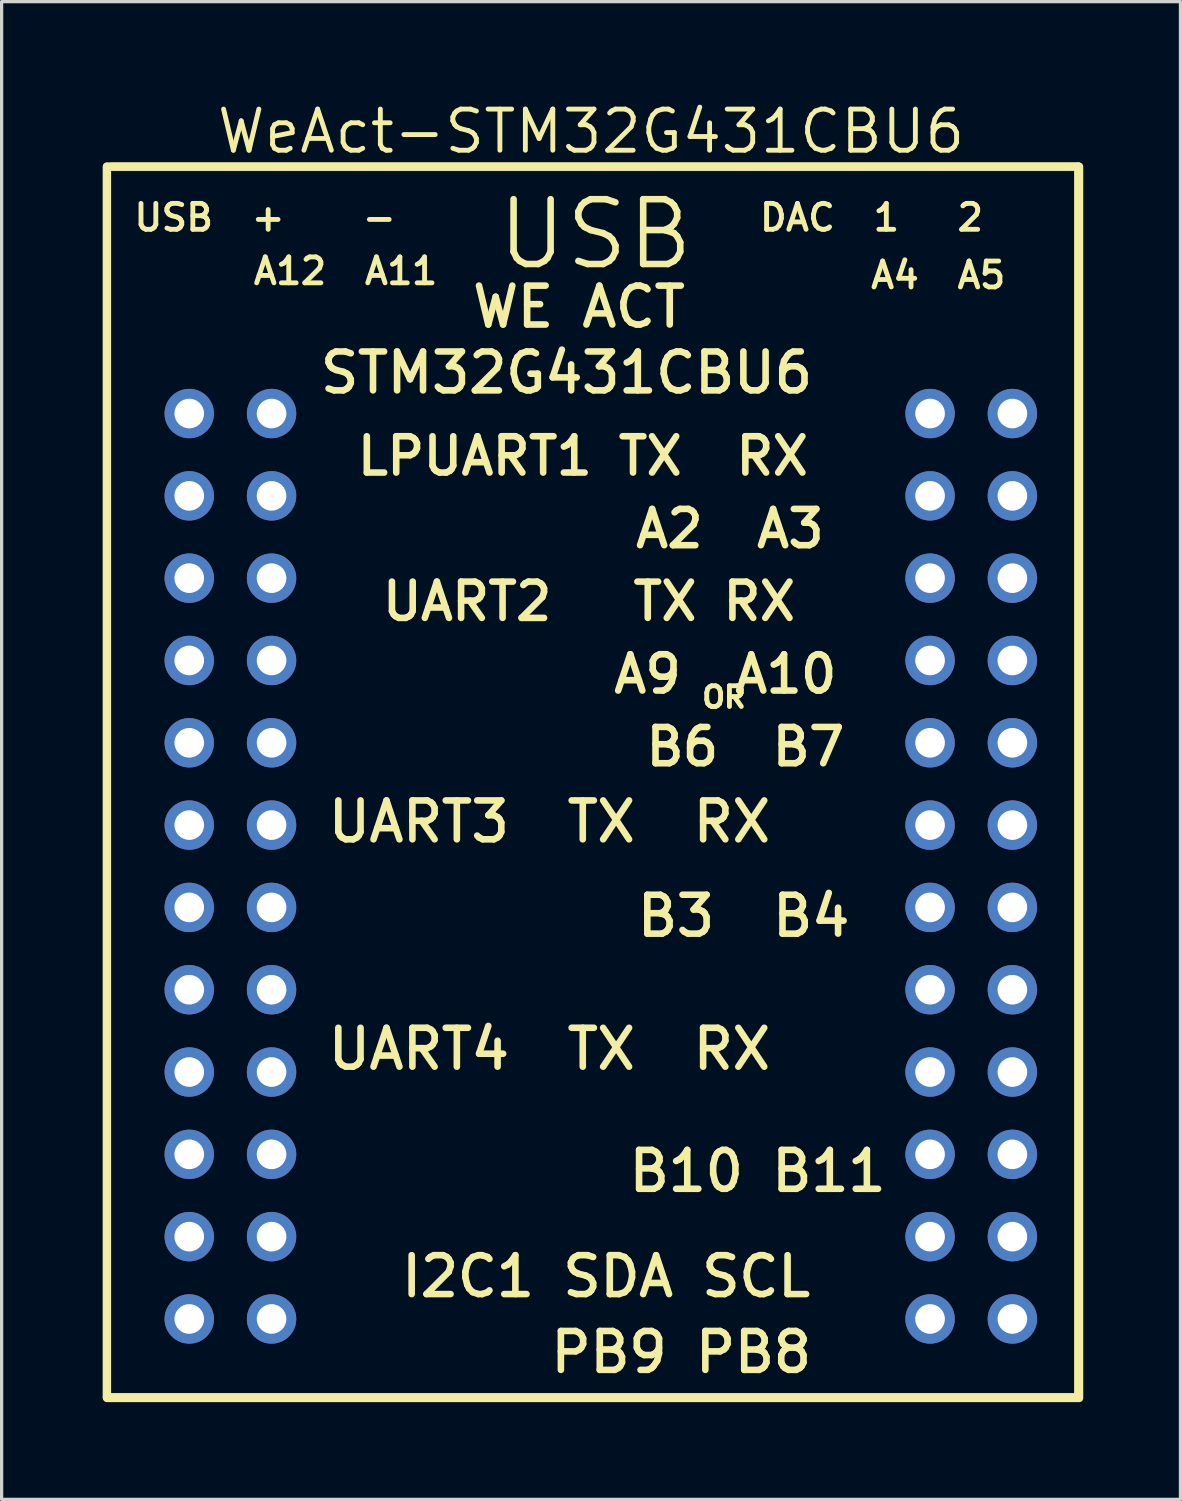
<source format=kicad_pcb>
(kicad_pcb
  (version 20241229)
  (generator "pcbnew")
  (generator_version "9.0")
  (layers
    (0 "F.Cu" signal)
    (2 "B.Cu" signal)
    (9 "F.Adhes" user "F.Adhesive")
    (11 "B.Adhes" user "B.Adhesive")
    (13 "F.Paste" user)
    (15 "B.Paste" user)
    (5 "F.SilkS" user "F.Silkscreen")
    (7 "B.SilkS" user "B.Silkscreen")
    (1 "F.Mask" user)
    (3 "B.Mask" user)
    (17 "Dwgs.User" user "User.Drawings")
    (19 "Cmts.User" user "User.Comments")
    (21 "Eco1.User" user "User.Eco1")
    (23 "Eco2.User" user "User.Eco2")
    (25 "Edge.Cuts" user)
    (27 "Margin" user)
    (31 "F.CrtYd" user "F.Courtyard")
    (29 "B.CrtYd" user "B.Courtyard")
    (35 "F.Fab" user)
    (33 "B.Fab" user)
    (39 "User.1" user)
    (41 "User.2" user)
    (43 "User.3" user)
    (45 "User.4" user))
  (footprint "WeAct-STM32G431CBU6"
    (layer "F.Cu")
    (at 0.25 2.091)
    (property "Reference" "WeAct-STM32G431CBU6" (at 14.938 -1.085 0) (layer "F.SilkS") (effects (font (size 1.27 1.27) (thickness 0.15))))
    (fp_line (start 0 37.973) (end 0 0) (stroke (width 0.254) (type default)) (layer "F.SilkS"))
    (fp_line (start 0.127 0) (end 29.972 0) (stroke (width 0.254) (type default)) (layer "F.SilkS"))
    (fp_line (start 29.972 0) (end 29.972 37.973) (stroke (width 0.254) (type default)) (layer "F.SilkS"))
    (fp_line (start 29.972 37.973) (end 0 37.973) (stroke (width 0.254) (type default)) (layer "F.SilkS"))
    (fp_rect (start 0 0) (end 30 38) (stroke (width 0.254) (type default)) (fill no) (layer "F.SilkS"))
    (fp_text user "A2  A3" (at 16.21 10.52 0) (unlocked yes) (layer "F.SilkS") (effects (font (size 1.12 1.12) (thickness 0.203)) (justify left top)))
    (fp_text user "LPUART1 TX  RX" (at 7.62 8.278 0) (unlocked yes) (layer "F.SilkS") (effects (font (size 1.12 1.12) (thickness 0.203)) (justify left top)))
    (fp_text user "UART3  TX  RX" (at 6.721 19.512 0) (unlocked yes) (layer "F.SilkS") (effects (font (size 1.2 1.2) (thickness 0.203)) (justify left top)))
    (fp_text user "UART4  TX  RX" (at 6.721 26.528 0) (unlocked yes) (layer "F.SilkS") (effects (font (size 1.2 1.2) (thickness 0.203)) (justify left top)))
    (fp_text user "B6  B7" (at 16.528 17.248 0) (unlocked yes) (layer "F.SilkS") (effects (font (size 1.12 1.12) (thickness 0.203)) (justify left top)))
    (fp_text user "USB" (at 11.938 0.921 0) (unlocked yes) (layer "F.SilkS") (effects (font (size 2 2) (thickness 0.203)) (justify left top)))
    (fp_text user "USB  +    -" (at 0.762 1.105 0) (unlocked yes) (layer "F.SilkS") (effects (font (size 0.8 0.8) (thickness 0.15)) (justify left top)))
    (fp_text user "A9  A10" (at 15.535 15.005 0) (unlocked yes) (layer "F.SilkS") (effects (font (size 1.12 1.12) (thickness 0.203)) (justify left top)))
    (fp_text user "A12  A11" (at 4.445 2.756 0) (unlocked yes) (layer "F.SilkS") (effects (font (size 0.8 0.8) (thickness 0.15)) (justify left top)))
    (fp_text user "UART2   TX RX" (at 8.395 12.763 0) (unlocked yes) (layer "F.SilkS") (effects (font (size 1.12 1.12) (thickness 0.203)) (justify left top)))
    (fp_text user "WE ACT" (at 11.176 3.626 0) (unlocked yes) (layer "F.SilkS") (effects (font (size 1.2 1.2) (thickness 0.203)) (justify left top)))
    (fp_text user "PB9 PB8" (at 13.589 35.884 0) (unlocked yes) (layer "F.SilkS") (effects (font (size 1.2 1.2) (thickness 0.203)) (justify left top)))
    (fp_text user "DAC  1   2" (at 20.066 1.105 0) (unlocked yes) (layer "F.SilkS") (effects (font (size 0.8 0.8) (thickness 0.15)) (justify left top)))
    (fp_text user "B3  B4" (at 16.256 22.422 0) (unlocked yes) (layer "F.SilkS") (effects (font (size 1.2 1.2) (thickness 0.203)) (justify left top)))
    (fp_text user "STM32G431CBU6" (at 6.477 5.658 0) (unlocked yes) (layer "F.SilkS") (effects (font (size 1.2 1.2) (thickness 0.203)) (justify left top)))
    (fp_text user "I2C1 SDA SCL" (at 8.984 33.545 0) (unlocked yes) (layer "F.SilkS") (effects (font (size 1.2 1.2) (thickness 0.203)) (justify left top)))
    (fp_text user "B10 B11" (at 16.002 30.296 0) (unlocked yes) (layer "F.SilkS") (effects (font (size 1.2 1.2) (thickness 0.203)) (justify left top)))
    (fp_text user "OR" (at 18.288 15.997 0) (unlocked yes) (layer "F.SilkS") (effects (font (size 0.64 0.64) (thickness 0.15)) (justify left top)))
    (fp_text user "A4  A5" (at 23.495 2.883 0) (unlocked yes) (layer "F.SilkS") (effects (font (size 0.8 0.8) (thickness 0.15)) (justify left top)))
    (pad "1" thru_hole oval (at 2.54 7.62) (size 1.524 1.524) (drill 0.914) (layers "*.Cu" "*.Mask"))
    (pad "2" thru_hole oval (at 2.54 10.16) (size 1.524 1.524) (drill 0.914) (layers "*.Cu" "*.Mask"))
    (pad "3" thru_hole oval (at 2.54 12.7) (size 1.524 1.524) (drill 0.914) (layers "*.Cu" "*.Mask"))
    (pad "4" thru_hole oval (at 2.54 15.24) (size 1.524 1.524) (drill 0.914) (layers "*.Cu" "*.Mask"))
    (pad "5" thru_hole oval (at 2.54 17.78) (size 1.524 1.524) (drill 0.914) (layers "*.Cu" "*.Mask"))
    (pad "6" thru_hole oval (at 2.54 20.32) (size 1.524 1.524) (drill 0.914) (layers "*.Cu" "*.Mask"))
    (pad "7" thru_hole oval (at 2.54 22.86) (size 1.524 1.524) (drill 0.914) (layers "*.Cu" "*.Mask"))
    (pad "8" thru_hole oval (at 2.54 25.4) (size 1.524 1.524) (drill 0.914) (layers "*.Cu" "*.Mask"))
    (pad "9" thru_hole oval (at 2.54 27.94) (size 1.524 1.524) (drill 0.914) (layers "*.Cu" "*.Mask"))
    (pad "10" thru_hole oval (at 2.54 30.48) (size 1.524 1.524) (drill 0.914) (layers "*.Cu" "*.Mask"))
    (pad "11" thru_hole oval (at 2.54 33.02) (size 1.524 1.524) (drill 0.914) (layers "*.Cu" "*.Mask"))
    (pad "12" thru_hole oval (at 2.54 35.56) (size 1.524 1.524) (drill 0.914) (layers "*.Cu" "*.Mask"))
    (pad "13" thru_hole oval (at 5.08 7.62) (size 1.524 1.524) (drill 0.914) (layers "*.Cu" "*.Mask"))
    (pad "14" thru_hole oval (at 5.08 10.16) (size 1.524 1.524) (drill 0.914) (layers "*.Cu" "*.Mask"))
    (pad "15" thru_hole oval (at 5.08 12.7) (size 1.524 1.524) (drill 0.914) (layers "*.Cu" "*.Mask"))
    (pad "16" thru_hole oval (at 5.08 15.24) (size 1.524 1.524) (drill 0.914) (layers "*.Cu" "*.Mask"))
    (pad "17" thru_hole oval (at 5.08 17.78) (size 1.524 1.524) (drill 0.914) (layers "*.Cu" "*.Mask"))
    (pad "18" thru_hole oval (at 5.08 20.32) (size 1.524 1.524) (drill 0.914) (layers "*.Cu" "*.Mask"))
    (pad "19" thru_hole oval (at 5.08 22.86) (size 1.524 1.524) (drill 0.914) (layers "*.Cu" "*.Mask"))
    (pad "20" thru_hole oval (at 5.08 25.4) (size 1.524 1.524) (drill 0.914) (layers "*.Cu" "*.Mask"))
    (pad "21" thru_hole oval (at 5.08 27.94) (size 1.524 1.524) (drill 0.914) (layers "*.Cu" "*.Mask"))
    (pad "22" thru_hole oval (at 5.08 30.48) (size 1.524 1.524) (drill 0.914) (layers "*.Cu" "*.Mask"))
    (pad "23" thru_hole oval (at 5.08 33.02) (size 1.524 1.524) (drill 0.914) (layers "*.Cu" "*.Mask"))
    (pad "24" thru_hole oval (at 5.08 35.56) (size 1.524 1.524) (drill 0.914) (layers "*.Cu" "*.Mask"))
    (pad "25" thru_hole oval (at 25.4 7.62) (size 1.524 1.524) (drill 0.914) (layers "*.Cu" "*.Mask"))
    (pad "26" thru_hole oval (at 25.4 10.16) (size 1.524 1.524) (drill 0.914) (layers "*.Cu" "*.Mask"))
    (pad "27" thru_hole oval (at 25.4 12.7) (size 1.524 1.524) (drill 0.914) (layers "*.Cu" "*.Mask"))
    (pad "28" thru_hole oval (at 25.4 15.24) (size 1.524 1.524) (drill 0.914) (layers "*.Cu" "*.Mask"))
    (pad "29" thru_hole oval (at 25.4 17.78) (size 1.524 1.524) (drill 0.914) (layers "*.Cu" "*.Mask"))
    (pad "30" thru_hole oval (at 25.4 20.32) (size 1.524 1.524) (drill 0.914) (layers "*.Cu" "*.Mask"))
    (pad "31" thru_hole oval (at 25.4 22.86) (size 1.524 1.524) (drill 0.914) (layers "*.Cu" "*.Mask"))
    (pad "32" thru_hole oval (at 25.4 25.4) (size 1.524 1.524) (drill 0.914) (layers "*.Cu" "*.Mask"))
    (pad "33" thru_hole oval (at 25.4 27.94) (size 1.524 1.524) (drill 0.914) (layers "*.Cu" "*.Mask"))
    (pad "34" thru_hole oval (at 25.4 30.48) (size 1.524 1.524) (drill 0.914) (layers "*.Cu" "*.Mask"))
    (pad "35" thru_hole oval (at 25.4 33.02) (size 1.524 1.524) (drill 0.914) (layers "*.Cu" "*.Mask"))
    (pad "36" thru_hole oval (at 25.4 35.56) (size 1.524 1.524) (drill 0.914) (layers "*.Cu" "*.Mask"))
    (pad "37" thru_hole oval (at 27.94 7.62) (size 1.524 1.524) (drill 0.914) (layers "*.Cu" "*.Mask"))
    (pad "38" thru_hole oval (at 27.94 10.16) (size 1.524 1.524) (drill 0.914) (layers "*.Cu" "*.Mask"))
    (pad "39" thru_hole oval (at 27.94 12.7) (size 1.524 1.524) (drill 0.914) (layers "*.Cu" "*.Mask"))
    (pad "40" thru_hole oval (at 27.94 15.24) (size 1.524 1.524) (drill 0.914) (layers "*.Cu" "*.Mask"))
    (pad "41" thru_hole oval (at 27.94 17.78) (size 1.524 1.524) (drill 0.914) (layers "*.Cu" "*.Mask"))
    (pad "42" thru_hole oval (at 27.94 20.32) (size 1.524 1.524) (drill 0.914) (layers "*.Cu" "*.Mask"))
    (pad "43" thru_hole oval (at 27.94 22.86) (size 1.524 1.524) (drill 0.914) (layers "*.Cu" "*.Mask"))
    (pad "44" thru_hole oval (at 27.94 25.4) (size 1.524 1.524) (drill 0.914) (layers "*.Cu" "*.Mask"))
    (pad "45" thru_hole oval (at 27.94 27.94) (size 1.524 1.524) (drill 0.914) (layers "*.Cu" "*.Mask"))
    (pad "46" thru_hole oval (at 27.94 30.48) (size 1.524 1.524) (drill 0.914) (layers "*.Cu" "*.Mask"))
    (pad "47" thru_hole oval (at 27.94 33.02) (size 1.524 1.524) (drill 0.914) (layers "*.Cu" "*.Mask"))
    (pad "48" thru_hole oval (at 27.94 35.56) (size 1.524 1.524) (drill 0.914) (layers "*.Cu" "*.Mask")))
  (gr_rect
    (start -3 -3)
    (end 33.377 43.218)
    (stroke (width 0.1) (type default))
    (fill no)
    (layer "Edge.Cuts")))
</source>
